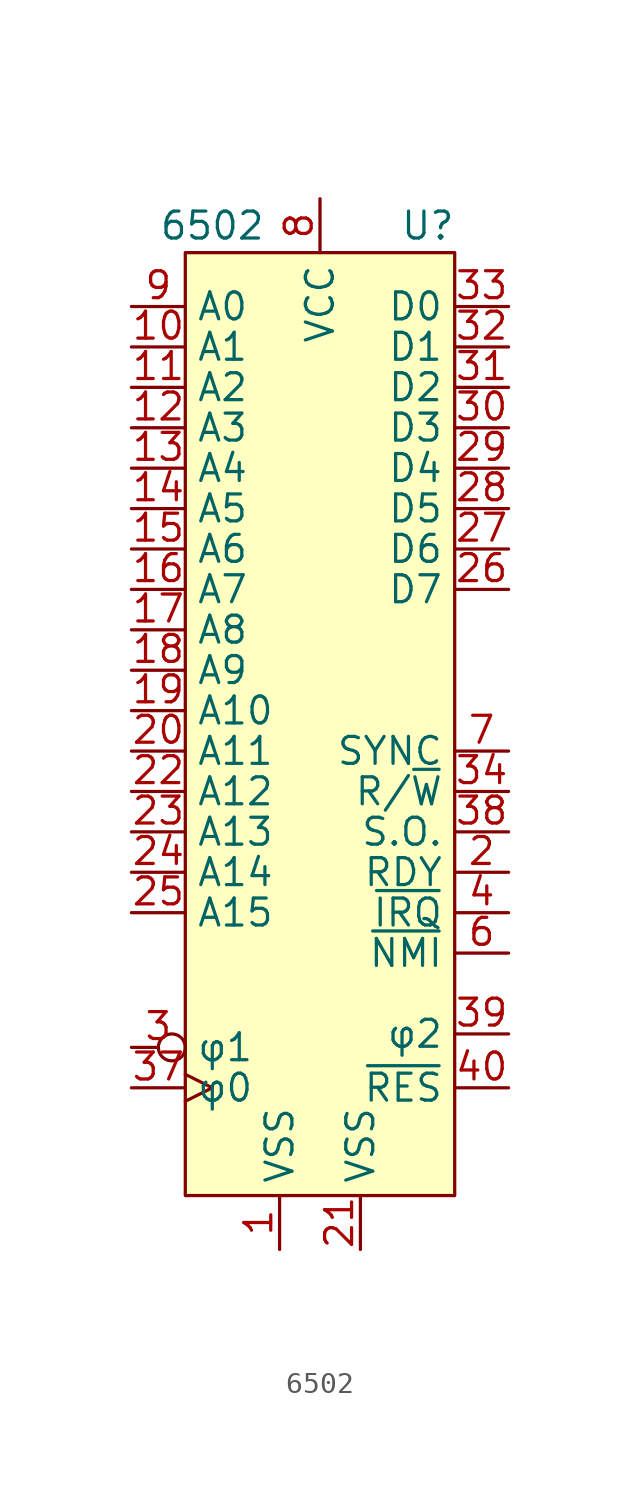
<source format=kicad_sym>
(kicad_symbol_lib
  (version 20211014)
  (generator kicad_symbol_editor)
  (symbol "6502"
    (property "Reference" "U"
      (at 5.715 20.955 0)
      (effects (font (size 1.27 1.27))))
    (property "Value" "6502"
      (at -4.445 20.955 0)
      (effects (font (size 1.27 1.27))))
    (symbol "6502_0_1"
      (rectangle (start -5.715 19.685) (end 6.985 -24.765) (stroke (width 0) (type default) (color 0 0 0 0)) (fill (type background))))
    (symbol "6502_1_1"
      (pin power_in line (at -1.27 -27.305 90) (length 2.54) (name "VSS" (effects (font (size 1.27 1.27)))) (number "1" (effects (font (size 1.27 1.27)))))
      (pin output line (at -8.255 15.24 0) (length 2.54) (name "A1" (effects (font (size 1.27 1.27)))) (number "10" (effects (font (size 1.27 1.27)))))
      (pin output line (at -8.255 13.335 0) (length 2.54) (name "A2" (effects (font (size 1.27 1.27)))) (number "11" (effects (font (size 1.27 1.27)))))
      (pin output line (at -8.255 11.43 0) (length 2.54) (name "A3" (effects (font (size 1.27 1.27)))) (number "12" (effects (font (size 1.27 1.27)))))
      (pin output line (at -8.255 9.525 0) (length 2.54) (name "A4" (effects (font (size 1.27 1.27)))) (number "13" (effects (font (size 1.27 1.27)))))
      (pin output line (at -8.255 7.62 0) (length 2.54) (name "A5" (effects (font (size 1.27 1.27)))) (number "14" (effects (font (size 1.27 1.27)))))
      (pin output line (at -8.255 5.715 0) (length 2.54) (name "A6" (effects (font (size 1.27 1.27)))) (number "15" (effects (font (size 1.27 1.27)))))
      (pin output line (at -8.255 3.81 0) (length 2.54) (name "A7" (effects (font (size 1.27 1.27)))) (number "16" (effects (font (size 1.27 1.27)))))
      (pin output line (at -8.255 1.905 0) (length 2.54) (name "A8" (effects (font (size 1.27 1.27)))) (number "17" (effects (font (size 1.27 1.27)))))
      (pin output line (at -8.255 0 0) (length 2.54) (name "A9" (effects (font (size 1.27 1.27)))) (number "18" (effects (font (size 1.27 1.27)))))
      (pin output line (at -8.255 -1.905 0) (length 2.54) (name "A10" (effects (font (size 1.27 1.27)))) (number "19" (effects (font (size 1.27 1.27)))))
      (pin input line (at 9.525 -9.525 180) (length 2.54) (name "RDY" (effects (font (size 1.27 1.27)))) (number "2" (effects (font (size 1.27 1.27)))))
      (pin output line (at -8.255 -3.81 0) (length 2.54) (name "A11" (effects (font (size 1.27 1.27)))) (number "20" (effects (font (size 1.27 1.27)))))
      (pin power_in line (at 2.54 -27.305 90) (length 2.54) (name "VSS" (effects (font (size 1.27 1.27)))) (number "21" (effects (font (size 1.27 1.27)))))
      (pin output line (at -8.255 -5.715 0) (length 2.54) (name "A12" (effects (font (size 1.27 1.27)))) (number "22" (effects (font (size 1.27 1.27)))))
      (pin output line (at -8.255 -7.62 0) (length 2.54) (name "A13" (effects (font (size 1.27 1.27)))) (number "23" (effects (font (size 1.27 1.27)))))
      (pin output line (at -8.255 -9.525 0) (length 2.54) (name "A14" (effects (font (size 1.27 1.27)))) (number "24" (effects (font (size 1.27 1.27)))))
      (pin output line (at -8.255 -11.43 0) (length 2.54) (name "A15" (effects (font (size 1.27 1.27)))) (number "25" (effects (font (size 1.27 1.27)))))
      (pin bidirectional line (at 9.525 3.81 180) (length 2.54) (name "D7" (effects (font (size 1.27 1.27)))) (number "26" (effects (font (size 1.27 1.27)))))
      (pin bidirectional line (at 9.525 5.715 180) (length 2.54) (name "D6" (effects (font (size 1.27 1.27)))) (number "27" (effects (font (size 1.27 1.27)))))
      (pin bidirectional line (at 9.525 7.62 180) (length 2.54) (name "D5" (effects (font (size 1.27 1.27)))) (number "28" (effects (font (size 1.27 1.27)))))
      (pin bidirectional line (at 9.525 9.525 180) (length 2.54) (name "D4" (effects (font (size 1.27 1.27)))) (number "29" (effects (font (size 1.27 1.27)))))
      (pin output inverted (at -8.255 -17.78 0) (length 2.54) (name "φ1" (effects (font (size 1.27 1.27)))) (number "3" (effects (font (size 1.27 1.27)))))
      (pin bidirectional line (at 9.525 11.43 180) (length 2.54) (name "D3" (effects (font (size 1.27 1.27)))) (number "30" (effects (font (size 1.27 1.27)))))
      (pin bidirectional line (at 9.525 13.335 180) (length 2.54) (name "D2" (effects (font (size 1.27 1.27)))) (number "31" (effects (font (size 1.27 1.27)))))
      (pin bidirectional line (at 9.525 15.24 180) (length 2.54) (name "D1" (effects (font (size 1.27 1.27)))) (number "32" (effects (font (size 1.27 1.27)))))
      (pin bidirectional line (at 9.525 17.145 180) (length 2.54) (name "D0" (effects (font (size 1.27 1.27)))) (number "33" (effects (font (size 1.27 1.27)))))
      (pin output line (at 9.525 -5.715 180) (length 2.54) (name "R/~{W}" (effects (font (size 1.27 1.27)))) (number "34" (effects (font (size 1.27 1.27)))))
      (pin no_connect line (at 9.525 0 180) (length 2.54) hide (name "N.C." (effects (font (size 1.27 1.27)))) (number "35" (effects (font (size 1.27 1.27)))))
      (pin no_connect line (at 9.525 -15.24 180) (length 2.54) hide (name "N.C." (effects (font (size 1.27 1.27)))) (number "36" (effects (font (size 1.27 1.27)))))
      (pin input clock (at -8.255 -19.685 0) (length 2.54) (name "φ0" (effects (font (size 1.27 1.27)))) (number "37" (effects (font (size 1.27 1.27)))))
      (pin input line (at 9.525 -7.62 180) (length 2.54) (name "S.O." (effects (font (size 1.27 1.27)))) (number "38" (effects (font (size 1.27 1.27)))))
      (pin output line (at 9.525 -17.145 180) (length 2.54) (name "φ2" (effects (font (size 1.27 1.27)))) (number "39" (effects (font (size 1.27 1.27)))))
      (pin input line (at 9.525 -11.43 180) (length 2.54) (name "~{IRQ}" (effects (font (size 1.27 1.27)))) (number "4" (effects (font (size 1.27 1.27)))))
      (pin input line (at 9.525 -19.685 180) (length 2.54) (name "~{RES}" (effects (font (size 1.27 1.27)))) (number "40" (effects (font (size 1.27 1.27)))))
      (pin no_connect line (at 9.525 -1.905 180) (length 2.54) hide (name "N.C." (effects (font (size 1.27 1.27)))) (number "5" (effects (font (size 1.27 1.27)))))
      (pin input line (at 9.525 -13.335 180) (length 2.54) (name "~{NMI}" (effects (font (size 1.27 1.27)))) (number "6" (effects (font (size 1.27 1.27)))))
      (pin output line (at 9.525 -3.81 180) (length 2.54) (name "SYNC" (effects (font (size 1.27 1.27)))) (number "7" (effects (font (size 1.27 1.27)))))
      (pin power_in line (at 0.635 22.225 270) (length 2.54) (name "VCC" (effects (font (size 1.27 1.27)))) (number "8" (effects (font (size 1.27 1.27)))))
      (pin output line (at -8.255 17.145 0) (length 2.54) (name "A0" (effects (font (size 1.27 1.27)))) (number "9" (effects (font (size 1.27 1.27))))))))
</source>
